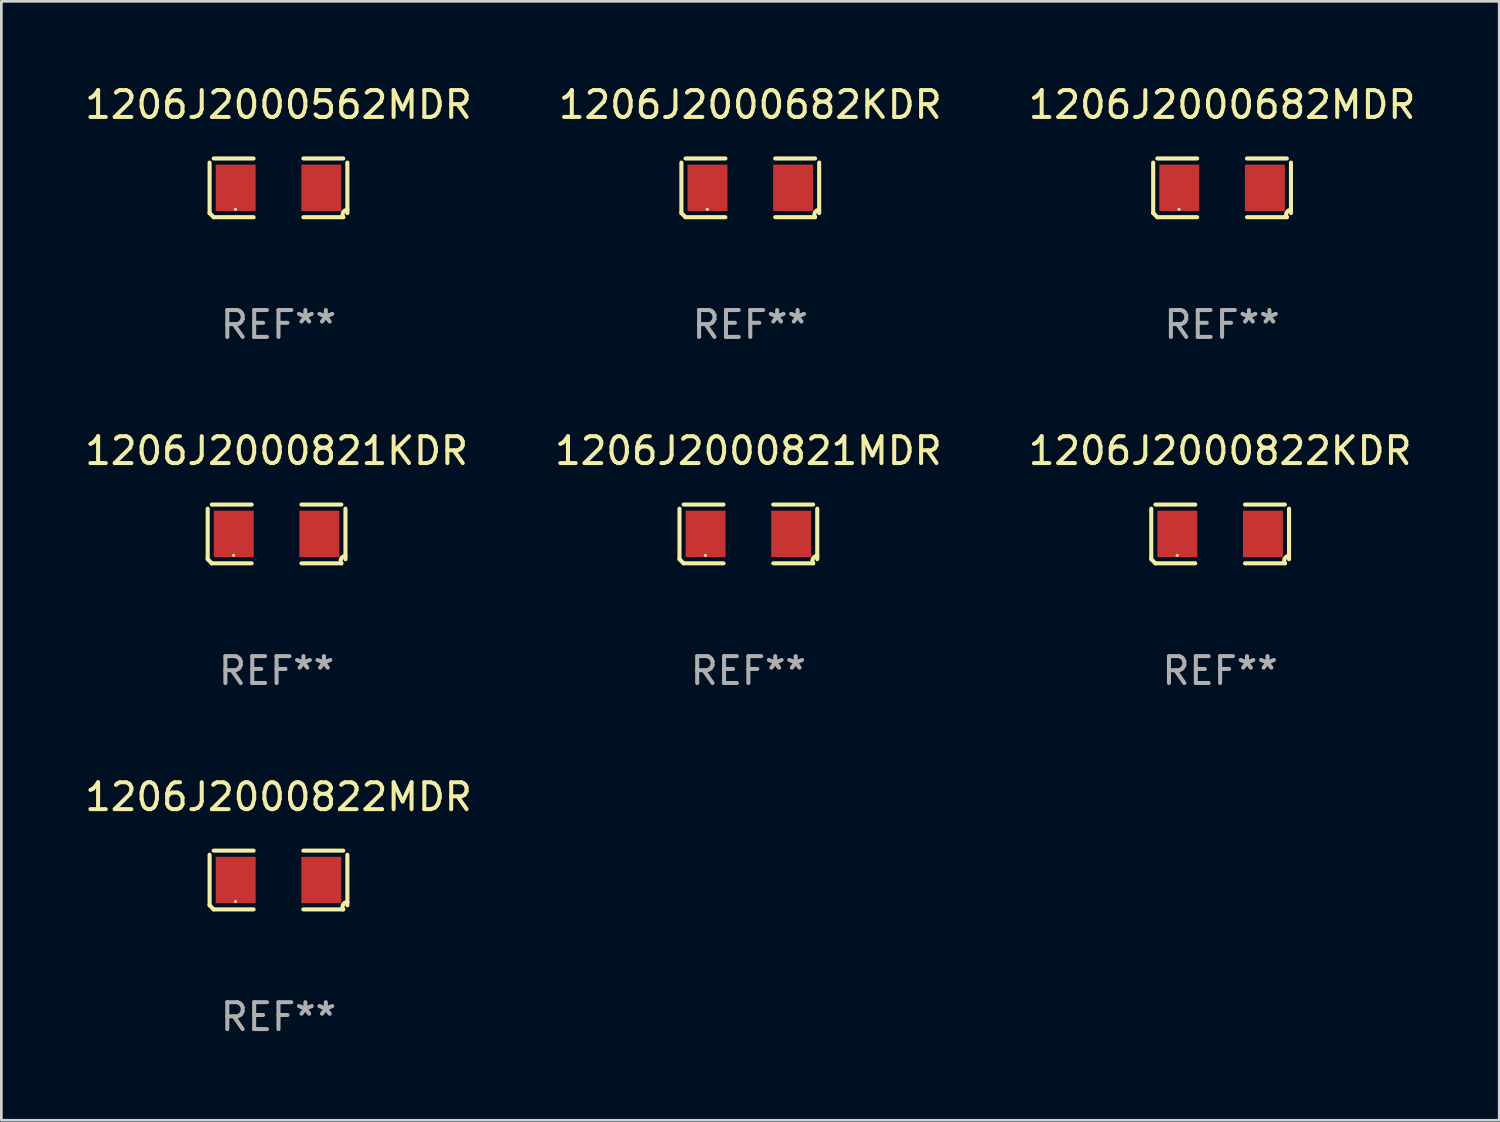
<source format=kicad_pcb>
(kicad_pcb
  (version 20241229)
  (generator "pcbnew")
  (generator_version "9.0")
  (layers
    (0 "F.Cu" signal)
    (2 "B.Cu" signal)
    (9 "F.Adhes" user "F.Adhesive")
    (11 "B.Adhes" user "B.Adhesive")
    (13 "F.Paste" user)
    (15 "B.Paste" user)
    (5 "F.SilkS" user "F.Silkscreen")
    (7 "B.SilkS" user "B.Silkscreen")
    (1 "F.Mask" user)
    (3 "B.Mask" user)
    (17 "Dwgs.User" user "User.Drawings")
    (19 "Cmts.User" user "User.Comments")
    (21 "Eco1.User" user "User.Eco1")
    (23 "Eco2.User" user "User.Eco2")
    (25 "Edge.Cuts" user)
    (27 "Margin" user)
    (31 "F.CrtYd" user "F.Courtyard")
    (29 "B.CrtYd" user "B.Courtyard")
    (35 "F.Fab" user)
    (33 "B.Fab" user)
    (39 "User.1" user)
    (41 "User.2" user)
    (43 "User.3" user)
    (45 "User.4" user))
  (footprint "1206J2000822KDR"
    (layer "F.Cu")
    (at 42.363 16.823)
    (property "Reference" "1206J2000822KDR" (at 0 -3.093 0) (layer "F.SilkS") (effects (font (size 1 1) (thickness 0.15))))
    (attr through_hole)
    (fp_line (start -2.564 0.94) (end -2.564 -0.94) (stroke (width 0.152) (type solid)) (layer "F.SilkS"))
    (fp_line (start -2.411 -1.093) (end -0.926 -1.093) (stroke (width 0.152) (type solid)) (layer "F.SilkS"))
    (fp_line (start -0.926 1.093) (end -2.411 1.093) (stroke (width 0.152) (type solid)) (layer "F.SilkS"))
    (fp_line (start 0.926 1.093) (end 2.411 1.093) (stroke (width 0.152) (type solid)) (layer "F.SilkS"))
    (fp_line (start 2.411 -1.093) (end 0.926 -1.093) (stroke (width 0.152) (type solid)) (layer "F.SilkS"))
    (fp_line (start 2.564 0.94) (end 2.564 -0.94) (stroke (width 0.152) (type solid)) (layer "F.SilkS"))
    (fp_arc (start -2.411201 1.092609) (mid -2.487413 1.01642) (end -2.563602 0.940208) (stroke (width 0.1524) (type solid)) (layer "F.SilkS"))
    (fp_arc (start 2.411201 1.092609) (mid 2.407159 0.911226) (end 2.563602 0.819347) (stroke (width 0.1524) (type solid)) (layer "F.SilkS"))
    (fp_circle (center -1.6 0.8) (end -1.57 0.8) (stroke (width 0.06) (type solid)) (fill no) (layer "F.SilkS"))
    (fp_text user "REF**" (at 0 5.093 0) (layer "F.Fab") (effects (font (size 1 1) (thickness 0.15))))
    (pad "1" smd rect (at -1.593 0) (size 1.485 1.728) (layers "F.Cu" "F.Mask" "F.Paste"))
    (pad "2" smd rect (at 1.593 0) (size 1.485 1.728) (layers "F.Cu" "F.Mask" "F.Paste")))
  (footprint "1206J2000821KDR"
    (layer "F.Cu")
    (at 7.244 16.823)
    (property "Reference" "1206J2000821KDR" (at 0 -3.093 0) (layer "F.SilkS") (effects (font (size 1 1) (thickness 0.15))))
    (attr through_hole)
    (fp_line (start -2.564 0.94) (end -2.564 -0.94) (stroke (width 0.152) (type solid)) (layer "F.SilkS"))
    (fp_line (start -2.411 -1.093) (end -0.926 -1.093) (stroke (width 0.152) (type solid)) (layer "F.SilkS"))
    (fp_line (start -0.926 1.093) (end -2.411 1.093) (stroke (width 0.152) (type solid)) (layer "F.SilkS"))
    (fp_line (start 0.926 1.093) (end 2.411 1.093) (stroke (width 0.152) (type solid)) (layer "F.SilkS"))
    (fp_line (start 2.411 -1.093) (end 0.926 -1.093) (stroke (width 0.152) (type solid)) (layer "F.SilkS"))
    (fp_line (start 2.564 0.94) (end 2.564 -0.94) (stroke (width 0.152) (type solid)) (layer "F.SilkS"))
    (fp_arc (start -2.411201 1.092609) (mid -2.487413 1.01642) (end -2.563602 0.940208) (stroke (width 0.1524) (type solid)) (layer "F.SilkS"))
    (fp_arc (start 2.411201 1.092609) (mid 2.407159 0.911226) (end 2.563602 0.819347) (stroke (width 0.1524) (type solid)) (layer "F.SilkS"))
    (fp_circle (center -1.6 0.8) (end -1.57 0.8) (stroke (width 0.06) (type solid)) (fill no) (layer "F.SilkS"))
    (fp_text user "REF**" (at 0 5.093 0) (layer "F.Fab") (effects (font (size 1 1) (thickness 0.15))))
    (pad "1" smd rect (at -1.593 0) (size 1.485 1.728) (layers "F.Cu" "F.Mask" "F.Paste"))
    (pad "2" smd rect (at 1.593 0) (size 1.485 1.728) (layers "F.Cu" "F.Mask" "F.Paste")))
  (footprint "1206J2000682KDR"
    (layer "F.Cu")
    (at 24.875 3.941)
    (property "Reference" "1206J2000682KDR" (at 0 -3.093 0) (layer "F.SilkS") (effects (font (size 1 1) (thickness 0.15))))
    (attr through_hole)
    (fp_line (start -2.564 0.94) (end -2.564 -0.94) (stroke (width 0.152) (type solid)) (layer "F.SilkS"))
    (fp_line (start -2.411 -1.093) (end -0.926 -1.093) (stroke (width 0.152) (type solid)) (layer "F.SilkS"))
    (fp_line (start -0.926 1.093) (end -2.411 1.093) (stroke (width 0.152) (type solid)) (layer "F.SilkS"))
    (fp_line (start 0.926 1.093) (end 2.411 1.093) (stroke (width 0.152) (type solid)) (layer "F.SilkS"))
    (fp_line (start 2.411 -1.093) (end 0.926 -1.093) (stroke (width 0.152) (type solid)) (layer "F.SilkS"))
    (fp_line (start 2.564 0.94) (end 2.564 -0.94) (stroke (width 0.152) (type solid)) (layer "F.SilkS"))
    (fp_arc (start -2.411201 1.092609) (mid -2.487413 1.01642) (end -2.563602 0.940208) (stroke (width 0.1524) (type solid)) (layer "F.SilkS"))
    (fp_arc (start 2.411201 1.092609) (mid 2.407159 0.911226) (end 2.563602 0.819347) (stroke (width 0.1524) (type solid)) (layer "F.SilkS"))
    (fp_circle (center -1.6 0.8) (end -1.57 0.8) (stroke (width 0.06) (type solid)) (fill no) (layer "F.SilkS"))
    (fp_text user "REF**" (at 0 5.093 0) (layer "F.Fab") (effects (font (size 1 1) (thickness 0.15))))
    (pad "1" smd rect (at -1.593 0) (size 1.485 1.728) (layers "F.Cu" "F.Mask" "F.Paste"))
    (pad "2" smd rect (at 1.593 0) (size 1.485 1.728) (layers "F.Cu" "F.Mask" "F.Paste")))
  (footprint "1206J2000821MDR"
    (layer "F.Cu")
    (at 24.804 16.823)
    (property "Reference" "1206J2000821MDR" (at 0 -3.093 0) (layer "F.SilkS") (effects (font (size 1 1) (thickness 0.15))))
    (attr through_hole)
    (fp_line (start -2.564 0.94) (end -2.564 -0.94) (stroke (width 0.152) (type solid)) (layer "F.SilkS"))
    (fp_line (start -2.411 -1.093) (end -0.926 -1.093) (stroke (width 0.152) (type solid)) (layer "F.SilkS"))
    (fp_line (start -0.926 1.093) (end -2.411 1.093) (stroke (width 0.152) (type solid)) (layer "F.SilkS"))
    (fp_line (start 0.926 1.093) (end 2.411 1.093) (stroke (width 0.152) (type solid)) (layer "F.SilkS"))
    (fp_line (start 2.411 -1.093) (end 0.926 -1.093) (stroke (width 0.152) (type solid)) (layer "F.SilkS"))
    (fp_line (start 2.564 0.94) (end 2.564 -0.94) (stroke (width 0.152) (type solid)) (layer "F.SilkS"))
    (fp_arc (start -2.411201 1.092609) (mid -2.487413 1.01642) (end -2.563602 0.940208) (stroke (width 0.1524) (type solid)) (layer "F.SilkS"))
    (fp_arc (start 2.411201 1.092609) (mid 2.407159 0.911226) (end 2.563602 0.819347) (stroke (width 0.1524) (type solid)) (layer "F.SilkS"))
    (fp_circle (center -1.6 0.8) (end -1.57 0.8) (stroke (width 0.06) (type solid)) (fill no) (layer "F.SilkS"))
    (fp_text user "REF**" (at 0 5.093 0) (layer "F.Fab") (effects (font (size 1 1) (thickness 0.15))))
    (pad "1" smd rect (at -1.593 0) (size 1.485 1.728) (layers "F.Cu" "F.Mask" "F.Paste"))
    (pad "2" smd rect (at 1.593 0) (size 1.485 1.728) (layers "F.Cu" "F.Mask" "F.Paste")))
  (footprint "1206J2000682MDR"
    (layer "F.Cu")
    (at 42.435 3.941)
    (property "Reference" "1206J2000682MDR" (at 0 -3.093 0) (layer "F.SilkS") (effects (font (size 1 1) (thickness 0.15))))
    (attr through_hole)
    (fp_line (start -2.564 0.94) (end -2.564 -0.94) (stroke (width 0.152) (type solid)) (layer "F.SilkS"))
    (fp_line (start -2.411 -1.093) (end -0.926 -1.093) (stroke (width 0.152) (type solid)) (layer "F.SilkS"))
    (fp_line (start -0.926 1.093) (end -2.411 1.093) (stroke (width 0.152) (type solid)) (layer "F.SilkS"))
    (fp_line (start 0.926 1.093) (end 2.411 1.093) (stroke (width 0.152) (type solid)) (layer "F.SilkS"))
    (fp_line (start 2.411 -1.093) (end 0.926 -1.093) (stroke (width 0.152) (type solid)) (layer "F.SilkS"))
    (fp_line (start 2.564 0.94) (end 2.564 -0.94) (stroke (width 0.152) (type solid)) (layer "F.SilkS"))
    (fp_arc (start -2.411201 1.092609) (mid -2.487413 1.01642) (end -2.563602 0.940208) (stroke (width 0.1524) (type solid)) (layer "F.SilkS"))
    (fp_arc (start 2.411201 1.092609) (mid 2.407159 0.911226) (end 2.563602 0.819347) (stroke (width 0.1524) (type solid)) (layer "F.SilkS"))
    (fp_circle (center -1.6 0.8) (end -1.57 0.8) (stroke (width 0.06) (type solid)) (fill no) (layer "F.SilkS"))
    (fp_text user "REF**" (at 0 5.093 0) (layer "F.Fab") (effects (font (size 1 1) (thickness 0.15))))
    (pad "1" smd rect (at -1.593 0) (size 1.485 1.728) (layers "F.Cu" "F.Mask" "F.Paste"))
    (pad "2" smd rect (at 1.593 0) (size 1.485 1.728) (layers "F.Cu" "F.Mask" "F.Paste")))
  (footprint "1206J2000562MDR"
    (layer "F.Cu")
    (at 7.315 3.941)
    (property "Reference" "1206J2000562MDR" (at 0 -3.093 0) (layer "F.SilkS") (effects (font (size 1 1) (thickness 0.15))))
    (attr through_hole)
    (fp_line (start -2.564 0.94) (end -2.564 -0.94) (stroke (width 0.152) (type solid)) (layer "F.SilkS"))
    (fp_line (start -2.411 -1.093) (end -0.926 -1.093) (stroke (width 0.152) (type solid)) (layer "F.SilkS"))
    (fp_line (start -0.926 1.093) (end -2.411 1.093) (stroke (width 0.152) (type solid)) (layer "F.SilkS"))
    (fp_line (start 0.926 1.093) (end 2.411 1.093) (stroke (width 0.152) (type solid)) (layer "F.SilkS"))
    (fp_line (start 2.411 -1.093) (end 0.926 -1.093) (stroke (width 0.152) (type solid)) (layer "F.SilkS"))
    (fp_line (start 2.564 0.94) (end 2.564 -0.94) (stroke (width 0.152) (type solid)) (layer "F.SilkS"))
    (fp_arc (start -2.411201 1.092609) (mid -2.487413 1.01642) (end -2.563602 0.940208) (stroke (width 0.1524) (type solid)) (layer "F.SilkS"))
    (fp_arc (start 2.411201 1.092609) (mid 2.407159 0.911226) (end 2.563602 0.819347) (stroke (width 0.1524) (type solid)) (layer "F.SilkS"))
    (fp_circle (center -1.6 0.8) (end -1.57 0.8) (stroke (width 0.06) (type solid)) (fill no) (layer "F.SilkS"))
    (fp_text user "REF**" (at 0 5.093 0) (layer "F.Fab") (effects (font (size 1 1) (thickness 0.15))))
    (pad "1" smd rect (at -1.593 0) (size 1.485 1.728) (layers "F.Cu" "F.Mask" "F.Paste"))
    (pad "2" smd rect (at 1.593 0) (size 1.485 1.728) (layers "F.Cu" "F.Mask" "F.Paste")))
  (footprint "1206J2000822MDR"
    (layer "F.Cu")
    (at 7.315 29.704)
    (property "Reference" "1206J2000822MDR" (at 0 -3.093 0) (layer "F.SilkS") (effects (font (size 1 1) (thickness 0.15))))
    (attr through_hole)
    (fp_line (start -2.564 0.94) (end -2.564 -0.94) (stroke (width 0.152) (type solid)) (layer "F.SilkS"))
    (fp_line (start -2.411 -1.093) (end -0.926 -1.093) (stroke (width 0.152) (type solid)) (layer "F.SilkS"))
    (fp_line (start -0.926 1.093) (end -2.411 1.093) (stroke (width 0.152) (type solid)) (layer "F.SilkS"))
    (fp_line (start 0.926 1.093) (end 2.411 1.093) (stroke (width 0.152) (type solid)) (layer "F.SilkS"))
    (fp_line (start 2.411 -1.093) (end 0.926 -1.093) (stroke (width 0.152) (type solid)) (layer "F.SilkS"))
    (fp_line (start 2.564 0.94) (end 2.564 -0.94) (stroke (width 0.152) (type solid)) (layer "F.SilkS"))
    (fp_arc (start -2.411201 1.092609) (mid -2.487413 1.01642) (end -2.563602 0.940208) (stroke (width 0.1524) (type solid)) (layer "F.SilkS"))
    (fp_arc (start 2.411201 1.092609) (mid 2.407159 0.911226) (end 2.563602 0.819347) (stroke (width 0.1524) (type solid)) (layer "F.SilkS"))
    (fp_circle (center -1.6 0.8) (end -1.57 0.8) (stroke (width 0.06) (type solid)) (fill no) (layer "F.SilkS"))
    (fp_text user "REF**" (at 0 5.093 0) (layer "F.Fab") (effects (font (size 1 1) (thickness 0.15))))
    (pad "1" smd rect (at -1.593 0) (size 1.485 1.728) (layers "F.Cu" "F.Mask" "F.Paste"))
    (pad "2" smd rect (at 1.593 0) (size 1.485 1.728) (layers "F.Cu" "F.Mask" "F.Paste")))
  (gr_rect
    (start -3 -3)
    (end 52.75 38.645)
    (stroke (width 0.1) (type default))
    (fill no)
    (layer "Edge.Cuts")))
</source>
